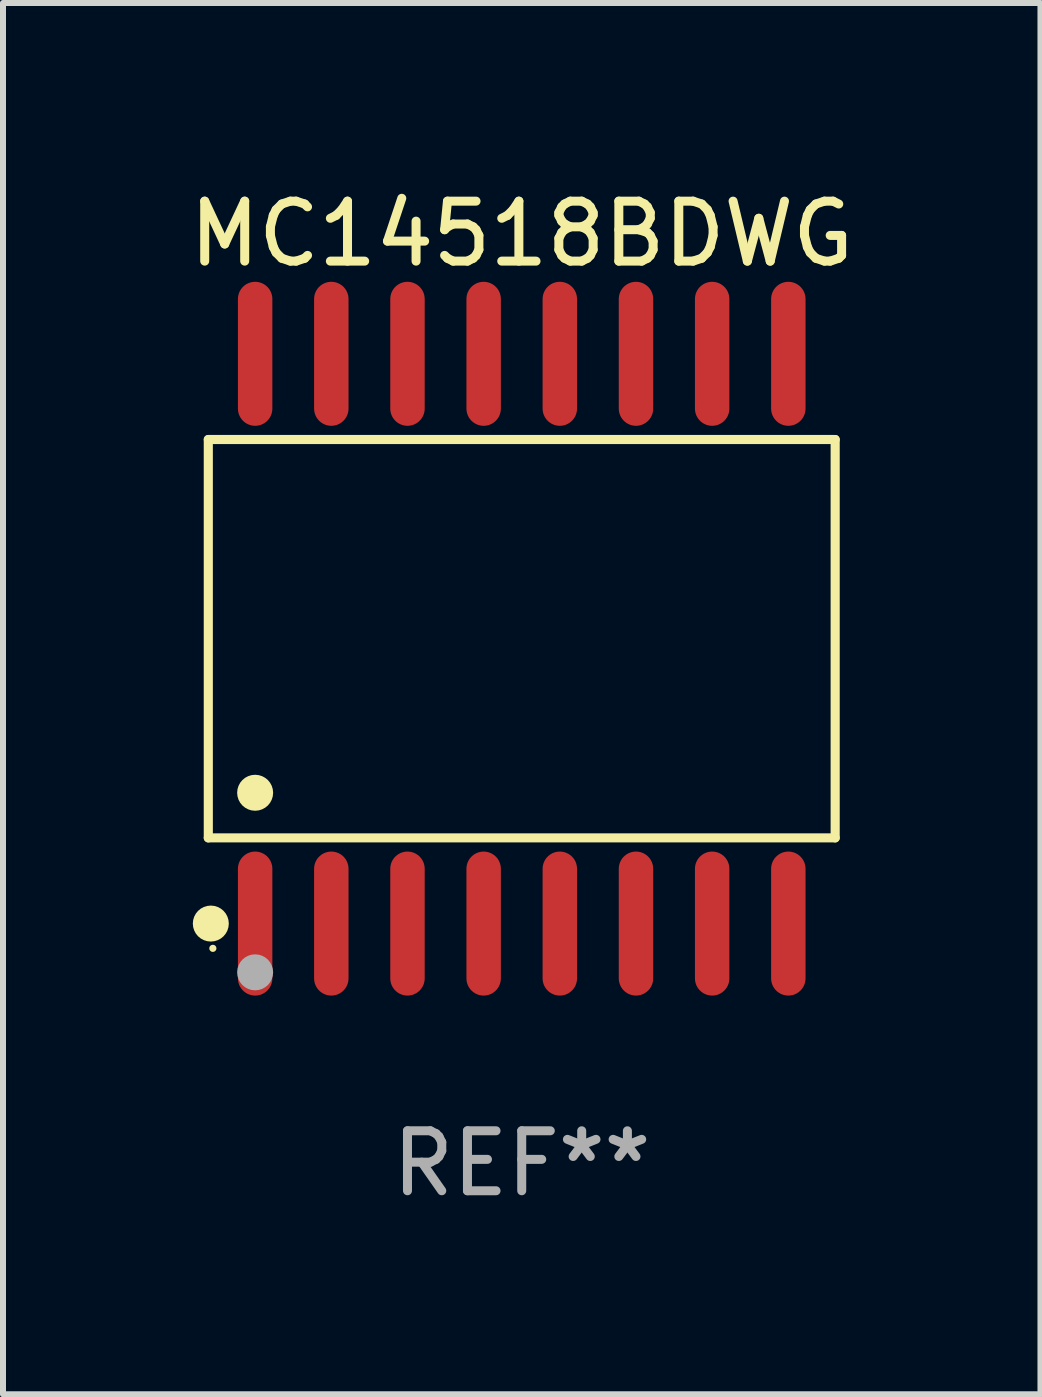
<source format=kicad_pcb>
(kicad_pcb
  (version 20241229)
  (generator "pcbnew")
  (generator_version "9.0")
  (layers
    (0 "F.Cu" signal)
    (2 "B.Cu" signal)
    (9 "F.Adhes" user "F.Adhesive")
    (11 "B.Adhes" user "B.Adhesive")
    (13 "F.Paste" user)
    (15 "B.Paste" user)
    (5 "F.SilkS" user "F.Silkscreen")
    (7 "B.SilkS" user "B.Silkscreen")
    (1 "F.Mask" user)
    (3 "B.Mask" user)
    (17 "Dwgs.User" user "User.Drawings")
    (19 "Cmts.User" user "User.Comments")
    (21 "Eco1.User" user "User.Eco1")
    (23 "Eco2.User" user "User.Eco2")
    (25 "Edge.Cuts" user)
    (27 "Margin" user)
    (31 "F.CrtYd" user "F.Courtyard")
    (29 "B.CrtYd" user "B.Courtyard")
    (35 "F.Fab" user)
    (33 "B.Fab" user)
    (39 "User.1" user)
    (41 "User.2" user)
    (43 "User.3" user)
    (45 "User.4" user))
  (footprint "MC14518BDWG"
    (layer "F.Cu")
    (at 5.649 7.599)
    (property "Reference" "MC14518BDWG" (at 0 -6.75 0) (layer "F.SilkS") (effects (font (size 1 1) (thickness 0.15))))
    (attr through_hole)
    (fp_line (start -5.226 -3.321) (end 5.226 -3.321) (stroke (width 0.152) (type solid)) (layer "F.SilkS"))
    (fp_line (start -5.226 3.321) (end -5.226 -3.321) (stroke (width 0.152) (type solid)) (layer "F.SilkS"))
    (fp_line (start 5.226 -3.321) (end 5.226 3.321) (stroke (width 0.152) (type solid)) (layer "F.SilkS"))
    (fp_line (start 5.226 3.321) (end -5.226 3.321) (stroke (width 0.152) (type solid)) (layer "F.SilkS"))
    (fp_circle (center -5.184 4.75) (end -5.034 4.75) (stroke (width 0.3) (type solid)) (fill no) (layer "F.SilkS"))
    (fp_circle (center -5.15 5.163) (end -5.12 5.163) (stroke (width 0.06) (type solid)) (fill no) (layer "F.SilkS"))
    (fp_circle (center -4.445 2.569) (end -4.295 2.569) (stroke (width 0.3) (type solid)) (fill no) (layer "F.SilkS"))
    (fp_circle (center -4.445 5.563) (end -4.295 5.563) (stroke (width 0.3) (type solid)) (fill no) (layer "F.Fab"))
    (fp_text user "REF**" (at 0 8.75 0) (layer "F.Fab") (effects (font (size 1 1) (thickness 0.15))))
    (pad "1" smd oval (at -4.445 4.75) (size 0.574 2.401) (layers "F.Cu" "F.Mask" "F.Paste"))
    (pad "2" smd oval (at -3.175 4.75) (size 0.574 2.401) (layers "F.Cu" "F.Mask" "F.Paste"))
    (pad "3" smd oval (at -1.905 4.75) (size 0.574 2.401) (layers "F.Cu" "F.Mask" "F.Paste"))
    (pad "4" smd oval (at -0.635 4.75) (size 0.574 2.401) (layers "F.Cu" "F.Mask" "F.Paste"))
    (pad "5" smd oval (at 0.635 4.75) (size 0.574 2.401) (layers "F.Cu" "F.Mask" "F.Paste"))
    (pad "6" smd oval (at 1.905 4.75) (size 0.574 2.401) (layers "F.Cu" "F.Mask" "F.Paste"))
    (pad "7" smd oval (at 3.175 4.75) (size 0.574 2.401) (layers "F.Cu" "F.Mask" "F.Paste"))
    (pad "8" smd oval (at 4.445 4.75) (size 0.574 2.401) (layers "F.Cu" "F.Mask" "F.Paste"))
    (pad "9" smd oval (at 4.445 -4.75) (size 0.574 2.401) (layers "F.Cu" "F.Mask" "F.Paste"))
    (pad "10" smd oval (at 3.175 -4.75) (size 0.574 2.401) (layers "F.Cu" "F.Mask" "F.Paste"))
    (pad "11" smd oval (at 1.905 -4.75) (size 0.574 2.401) (layers "F.Cu" "F.Mask" "F.Paste"))
    (pad "12" smd oval (at 0.635 -4.75) (size 0.574 2.401) (layers "F.Cu" "F.Mask" "F.Paste"))
    (pad "13" smd oval (at -0.635 -4.75) (size 0.574 2.401) (layers "F.Cu" "F.Mask" "F.Paste"))
    (pad "14" smd oval (at -1.905 -4.75) (size 0.574 2.401) (layers "F.Cu" "F.Mask" "F.Paste"))
    (pad "15" smd oval (at -3.175 -4.75) (size 0.574 2.401) (layers "F.Cu" "F.Mask" "F.Paste"))
    (pad "16" smd oval (at -4.445 -4.75) (size 0.574 2.401) (layers "F.Cu" "F.Mask" "F.Paste")))
  (gr_rect
    (start -3 -3)
    (end 14.298 20.197)
    (stroke (width 0.1) (type default))
    (fill no)
    (layer "Edge.Cuts")))
</source>
